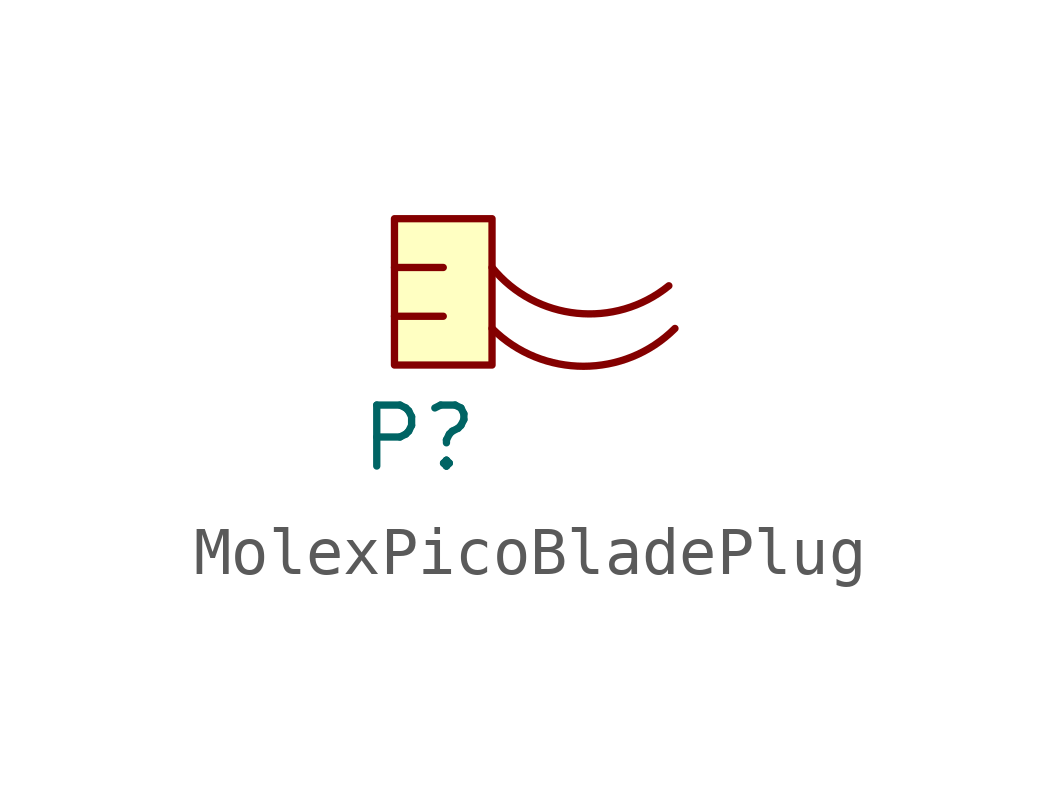
<source format=kicad_sym>
(kicad_symbol_lib
  (version 20220914)
  (generator kicad_symbol_editor)
  (symbol "MolexPicoBladePlug"
    (property "Reference" "P"
      (at -0.254 -3.048 0)
      (effects (font (size 1.27 1.27))))
    (property "Value" ""
      (at 0 0 0)
      (effects (font (size 1.27 1.27))))
    (symbol "MolexPicoBladePlug_0_1"
      (polyline (pts (xy -0.762 -0.508) (xy 0.254 -0.508)) (stroke (width 0) (type default)) (fill (type none)))
      (polyline (pts (xy -0.762 0.508) (xy 0 0.508) (xy 0.254 0.508)) (stroke (width 0) (type default)) (fill (type none)))
      (arc (start 1.27 -0.762) (mid 3.175 -1.5499) (end 5.08 -0.762) (stroke (width 0) (type default)) (fill (type none)))
      (arc (start 1.27 0.508) (mid 3.0326 -0.4451) (end 4.953 0.127) (stroke (width 0) (type default)) (fill (type none))))
    (symbol "MolexPicoBladePlug_1_1"
      (rectangle (start -0.762 1.524) (end 1.27 -1.524) (stroke (width 0) (type default)) (fill (type background))))))
</source>
